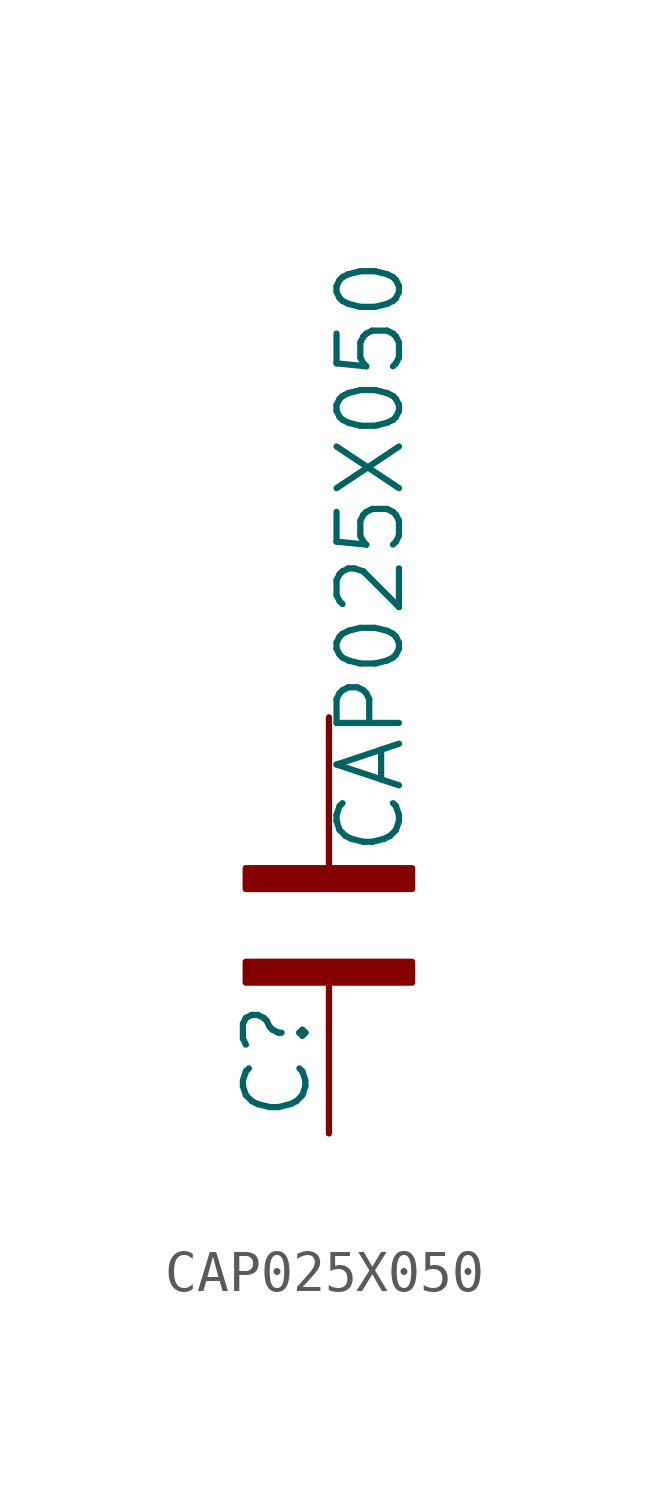
<source format=kicad_sym>
(kicad_symbol_lib
  (version 20211014)
  (generator kicad_symbol_editor)
  (symbol "CAP025X050"
    (property "Reference" "C"
      (at -0.381 -4.826 90)
      (effects (font (size 1.524 1.524)) (justify left bottom)))
    (property "Value" "CAP025X050"
      (at 1.905 1.651 90)
      (effects (font (size 1.524 1.524)) (justify left bottom)))
    (property "ki_locked" ""
      (at 0 0 0)
      (effects (font (size 1.27 1.27))))
    (symbol "CAP025X050_1_0"
      (rectangle (start -2.032 -1.397) (end 2.032 -0.889) (stroke (width 0) (type default) (color 0 0 0 0)) (fill (type outline)))
      (rectangle (start -2.032 0.889) (end 2.032 1.397) (stroke (width 0) (type default) (color 0 0 0 0)) (fill (type outline)))
      (polyline (pts (xy 0 -2.54) (xy 0 -1.397)) (stroke (width 0.152) (type default) (color 0 0 0 0)) (fill (type none)))
      (polyline (pts (xy 0 2.54) (xy 0 1.397)) (stroke (width 0.152) (type default) (color 0 0 0 0)) (fill (type none)))
      (pin passive line (at 0 5.08 270) (length 2.54) (name "1" (effects (font (size 0 0)))) (number "1" (effects (font (size 0 0)))))
      (pin passive line (at 0 -5.08 90) (length 2.54) (name "2" (effects (font (size 0 0)))) (number "2" (effects (font (size 0 0))))))))
</source>
